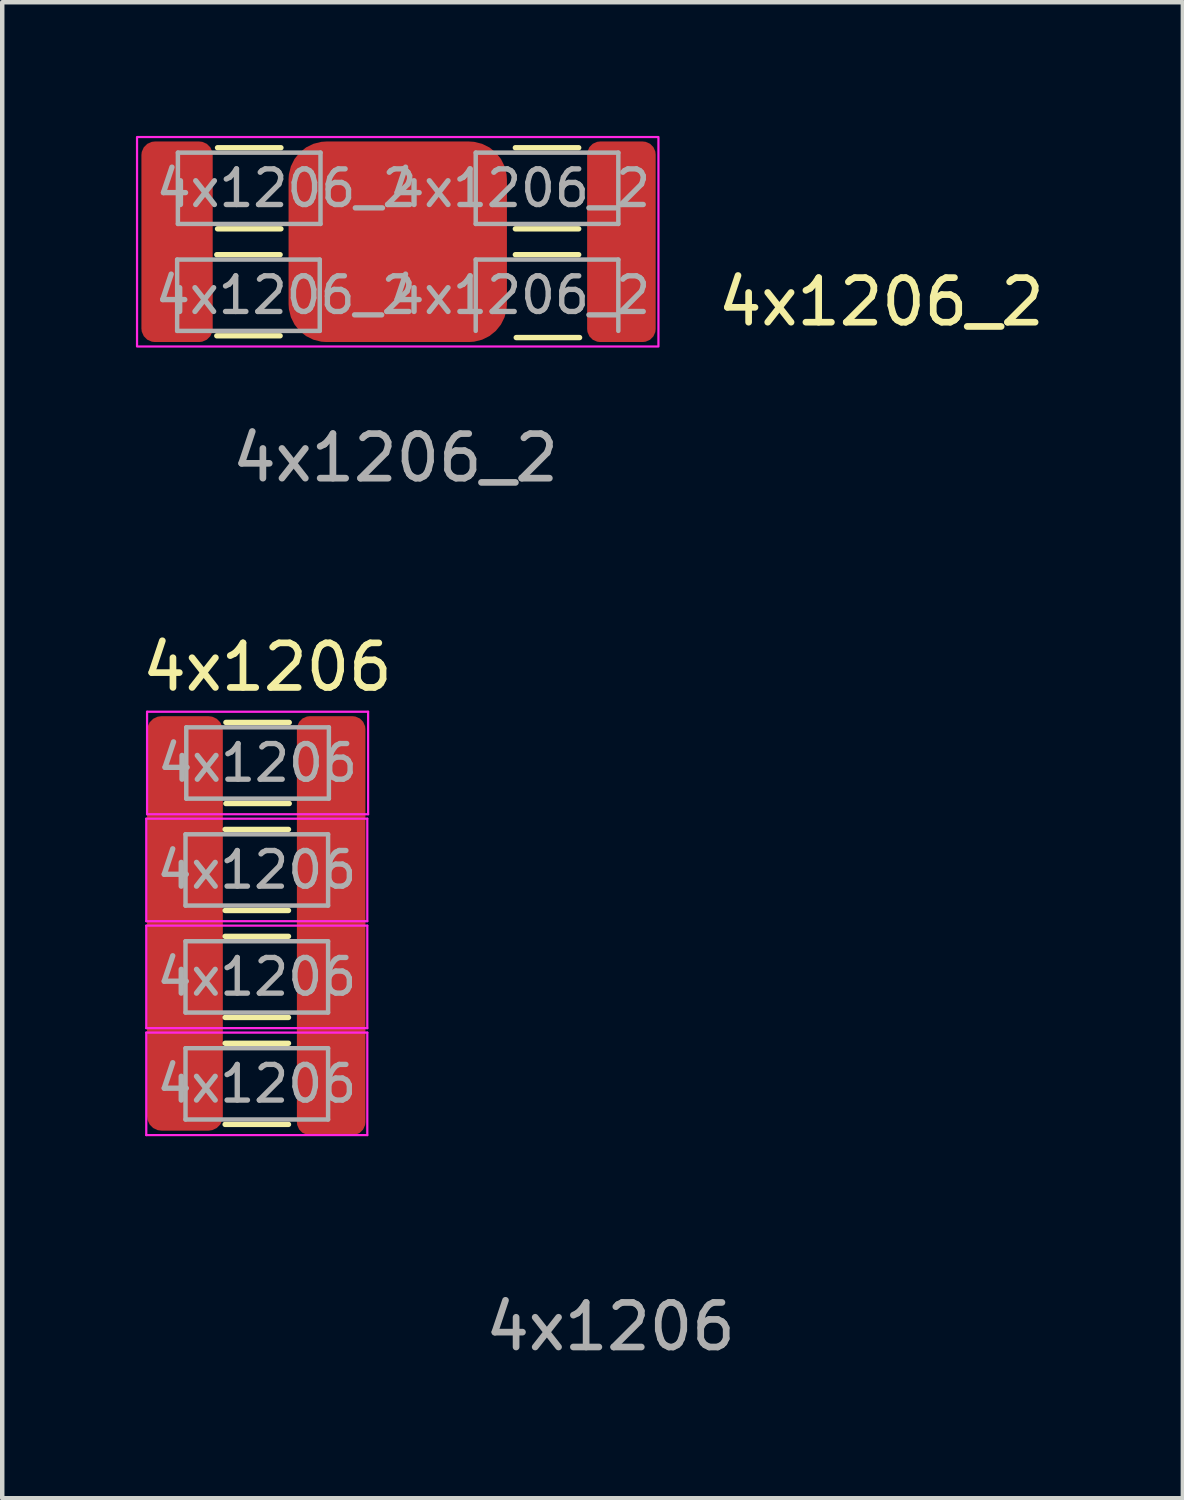
<source format=kicad_pcb>
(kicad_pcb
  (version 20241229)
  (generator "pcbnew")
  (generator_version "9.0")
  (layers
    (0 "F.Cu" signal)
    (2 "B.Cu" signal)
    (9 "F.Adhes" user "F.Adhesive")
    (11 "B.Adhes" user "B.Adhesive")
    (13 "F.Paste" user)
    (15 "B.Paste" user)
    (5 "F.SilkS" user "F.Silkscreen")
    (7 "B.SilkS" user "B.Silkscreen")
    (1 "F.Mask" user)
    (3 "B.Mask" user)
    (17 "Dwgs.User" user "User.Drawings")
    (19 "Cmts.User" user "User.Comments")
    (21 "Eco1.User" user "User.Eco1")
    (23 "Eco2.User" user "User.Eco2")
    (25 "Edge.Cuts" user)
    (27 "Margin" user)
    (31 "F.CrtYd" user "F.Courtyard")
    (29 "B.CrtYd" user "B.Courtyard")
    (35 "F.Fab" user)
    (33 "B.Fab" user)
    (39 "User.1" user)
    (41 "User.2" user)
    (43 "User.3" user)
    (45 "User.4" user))
  (footprint "4x1206_2"
    (layer "F.Cu")
    (at 5.825 4.725)
    (property "Reference" "4x1206_2" (at 10.9 -1 0) (unlocked yes) (layer "F.SilkS") (effects (font (size 1 1) (thickness 0.15))))
    (attr smd)
    (fp_line (start -2.589 -2.06) (end -4.011 -2.06) (stroke (width 0.12) (type solid)) (layer "F.SilkS"))
    (fp_line (start -2.589 -0.24) (end -4.011 -0.24) (stroke (width 0.12) (type solid)) (layer "F.SilkS"))
    (fp_line (start -2.571 -4.46) (end -3.994 -4.46) (stroke (width 0.12) (type solid)) (layer "F.SilkS"))
    (fp_line (start -2.571 -2.64) (end -3.994 -2.64) (stroke (width 0.12) (type solid)) (layer "F.SilkS"))
    (fp_line (start 2.689 -4.46) (end 4.111 -4.46) (stroke (width 0.12) (type solid)) (layer "F.SilkS"))
    (fp_line (start 2.689 -2.64) (end 4.111 -2.64) (stroke (width 0.12) (type solid)) (layer "F.SilkS"))
    (fp_line (start 2.689 -2.06) (end 4.111 -2.06) (stroke (width 0.12) (type solid)) (layer "F.SilkS"))
    (fp_line (start 4.131 -0.2) (end 2.709 -0.2) (stroke (width 0.12) (type solid)) (layer "F.SilkS"))
    (fp_rect (start -5.8 -4.7) (end 5.9 0) (stroke (width 0.05) (type default)) (fill no) (layer "F.CrtYd"))
    (fp_line (start -4.9 -1.95) (end -1.7 -1.95) (stroke (width 0.1) (type solid)) (layer "F.Fab"))
    (fp_line (start -4.9 -0.35) (end -4.9 -1.95) (stroke (width 0.1) (type solid)) (layer "F.Fab"))
    (fp_line (start -4.883 -4.35) (end -1.683 -4.35) (stroke (width 0.1) (type solid)) (layer "F.Fab"))
    (fp_line (start -4.883 -2.75) (end -4.883 -4.35) (stroke (width 0.1) (type solid)) (layer "F.Fab"))
    (fp_line (start -1.7 -1.95) (end -1.7 -0.35) (stroke (width 0.1) (type solid)) (layer "F.Fab"))
    (fp_line (start -1.7 -0.35) (end -4.9 -0.35) (stroke (width 0.1) (type solid)) (layer "F.Fab"))
    (fp_line (start -1.683 -4.35) (end -1.683 -2.75) (stroke (width 0.1) (type solid)) (layer "F.Fab"))
    (fp_line (start -1.683 -2.75) (end -4.883 -2.75) (stroke (width 0.1) (type solid)) (layer "F.Fab"))
    (fp_line (start 1.8 -4.35) (end 5 -4.35) (stroke (width 0.1) (type solid)) (layer "F.Fab"))
    (fp_line (start 1.8 -2.75) (end 1.8 -4.35) (stroke (width 0.1) (type solid)) (layer "F.Fab"))
    (fp_line (start 1.8 -1.95) (end 5 -1.95) (stroke (width 0.1) (type solid)) (layer "F.Fab"))
    (fp_line (start 1.8 -0.35) (end 1.8 -1.95) (stroke (width 0.1) (type solid)) (layer "F.Fab"))
    (fp_line (start 5 -4.35) (end 5 -2.75) (stroke (width 0.1) (type solid)) (layer "F.Fab"))
    (fp_line (start 5 -2.75) (end 1.8 -2.75) (stroke (width 0.1) (type solid)) (layer "F.Fab"))
    (fp_line (start 5 -1.95) (end 5 -0.35) (stroke (width 0.1) (type solid)) (layer "F.Fab"))
    (fp_text user "${REFERENCE}" (at -2.445 -3.55 180) (layer "F.Fab") (effects (font (size 0.8 0.8) (thickness 0.12))))
    (fp_text user "${REFERENCE}" (at 0 2.5 0) (unlocked yes) (layer "F.Fab") (effects (font (size 1 1) (thickness 0.15))))
    (fp_text user "${REFERENCE}" (at 2.797 -3.55 0) (layer "F.Fab") (effects (font (size 0.8 0.8) (thickness 0.12))))
    (fp_text user "${REFERENCE}" (at 2.797 -1.15 0) (layer "F.Fab") (effects (font (size 0.8 0.8) (thickness 0.12))))
    (fp_text user "${REFERENCE}" (at -2.462 -1.15 180) (layer "F.Fab") (effects (font (size 0.8 0.8) (thickness 0.12))))
    (pad "1" smd roundrect (at 0.05 -2.35 180) (size 4.9 4.5) (layers "F.Cu" "F.Mask" "F.Paste") (roundrect_rratio 0.189))
    (pad "2" smd roundrect (at -4.902 -2.35 180) (size 1.6 4.5) (layers "F.Cu" "F.Mask" "F.Paste") (roundrect_rratio 0.189))
    (pad "2" smd roundrect (at 5.069 -2.35) (size 1.538 4.5) (layers "F.Cu" "F.Mask" "F.Paste") (roundrect_rratio 0.189)))
  (footprint "4x1206"
    (layer "F.Cu")
    (at 0.25 22.521)
    (property "Reference" "4x1206" (at 2.7 -10.6 0) (unlocked yes) (layer "F.SilkS") (effects (font (size 1 1) (thickness 0.15))))
    (attr smd)
    (fp_line (start 1.751 -6.96) (end 3.174 -6.96) (stroke (width 0.12) (type solid)) (layer "F.SilkS"))
    (fp_line (start 1.751 -5.14) (end 3.174 -5.14) (stroke (width 0.12) (type solid)) (layer "F.SilkS"))
    (fp_line (start 1.751 -4.56) (end 3.174 -4.56) (stroke (width 0.12) (type solid)) (layer "F.SilkS"))
    (fp_line (start 1.751 -2.74) (end 3.174 -2.74) (stroke (width 0.12) (type solid)) (layer "F.SilkS"))
    (fp_line (start 1.751 -2.16) (end 3.174 -2.16) (stroke (width 0.12) (type solid)) (layer "F.SilkS"))
    (fp_line (start 1.751 -0.34) (end 3.174 -0.34) (stroke (width 0.12) (type solid)) (layer "F.SilkS"))
    (fp_line (start 1.769 -9.36) (end 3.191 -9.36) (stroke (width 0.12) (type solid)) (layer "F.SilkS"))
    (fp_line (start 1.769 -7.54) (end 3.191 -7.54) (stroke (width 0.12) (type solid)) (layer "F.SilkS"))
    (fp_line (start -0.018 -7.2) (end 4.942 -7.2) (stroke (width 0.05) (type solid)) (layer "F.CrtYd"))
    (fp_line (start -0.018 -4.9) (end -0.018 -7.2) (stroke (width 0.05) (type solid)) (layer "F.CrtYd"))
    (fp_line (start -0.018 -4.8) (end 4.942 -4.8) (stroke (width 0.05) (type solid)) (layer "F.CrtYd"))
    (fp_line (start -0.018 -2.5) (end -0.018 -4.8) (stroke (width 0.05) (type solid)) (layer "F.CrtYd"))
    (fp_line (start -0.018 -2.4) (end 4.942 -2.4) (stroke (width 0.05) (type solid)) (layer "F.CrtYd"))
    (fp_line (start -0.018 -0.1) (end -0.018 -2.4) (stroke (width 0.05) (type solid)) (layer "F.CrtYd"))
    (fp_line (start 0 -9.6) (end 4.96 -9.6) (stroke (width 0.05) (type solid)) (layer "F.CrtYd"))
    (fp_line (start 0 -7.3) (end 0 -9.6) (stroke (width 0.05) (type solid)) (layer "F.CrtYd"))
    (fp_line (start 4.942 -7.2) (end 4.942 -4.9) (stroke (width 0.05) (type solid)) (layer "F.CrtYd"))
    (fp_line (start 4.942 -4.9) (end -0.018 -4.9) (stroke (width 0.05) (type solid)) (layer "F.CrtYd"))
    (fp_line (start 4.942 -4.8) (end 4.942 -2.5) (stroke (width 0.05) (type solid)) (layer "F.CrtYd"))
    (fp_line (start 4.942 -2.5) (end -0.018 -2.5) (stroke (width 0.05) (type solid)) (layer "F.CrtYd"))
    (fp_line (start 4.942 -2.4) (end 4.942 -0.1) (stroke (width 0.05) (type solid)) (layer "F.CrtYd"))
    (fp_line (start 4.942 -0.1) (end -0.018 -0.1) (stroke (width 0.05) (type solid)) (layer "F.CrtYd"))
    (fp_line (start 4.96 -9.6) (end 4.96 -7.3) (stroke (width 0.05) (type solid)) (layer "F.CrtYd"))
    (fp_line (start 4.96 -7.3) (end 0 -7.3) (stroke (width 0.05) (type solid)) (layer "F.CrtYd"))
    (fp_line (start 0.863 -6.85) (end 4.062 -6.85) (stroke (width 0.1) (type solid)) (layer "F.Fab"))
    (fp_line (start 0.863 -5.25) (end 0.863 -6.85) (stroke (width 0.1) (type solid)) (layer "F.Fab"))
    (fp_line (start 0.863 -4.45) (end 4.062 -4.45) (stroke (width 0.1) (type solid)) (layer "F.Fab"))
    (fp_line (start 0.863 -2.85) (end 0.863 -4.45) (stroke (width 0.1) (type solid)) (layer "F.Fab"))
    (fp_line (start 0.863 -2.05) (end 4.062 -2.05) (stroke (width 0.1) (type solid)) (layer "F.Fab"))
    (fp_line (start 0.863 -0.45) (end 0.863 -2.05) (stroke (width 0.1) (type solid)) (layer "F.Fab"))
    (fp_line (start 0.88 -9.25) (end 4.08 -9.25) (stroke (width 0.1) (type solid)) (layer "F.Fab"))
    (fp_line (start 0.88 -7.65) (end 0.88 -9.25) (stroke (width 0.1) (type solid)) (layer "F.Fab"))
    (fp_line (start 4.062 -6.85) (end 4.062 -5.25) (stroke (width 0.1) (type solid)) (layer "F.Fab"))
    (fp_line (start 4.062 -5.25) (end 0.863 -5.25) (stroke (width 0.1) (type solid)) (layer "F.Fab"))
    (fp_line (start 4.062 -4.45) (end 4.062 -2.85) (stroke (width 0.1) (type solid)) (layer "F.Fab"))
    (fp_line (start 4.062 -2.85) (end 0.863 -2.85) (stroke (width 0.1) (type solid)) (layer "F.Fab"))
    (fp_line (start 4.062 -2.05) (end 4.062 -0.45) (stroke (width 0.1) (type solid)) (layer "F.Fab"))
    (fp_line (start 4.062 -0.45) (end 0.863 -0.45) (stroke (width 0.1) (type solid)) (layer "F.Fab"))
    (fp_line (start 4.08 -9.25) (end 4.08 -7.65) (stroke (width 0.1) (type solid)) (layer "F.Fab"))
    (fp_line (start 4.08 -7.65) (end 0.88 -7.65) (stroke (width 0.1) (type solid)) (layer "F.Fab"))
    (fp_text user "${REFERENCE}" (at 2.462 -6.05 0) (layer "F.Fab") (effects (font (size 0.8 0.8) (thickness 0.12))))
    (fp_text user "${REFERENCE}" (at 2.462 -1.25 0) (layer "F.Fab") (effects (font (size 0.8 0.8) (thickness 0.12))))
    (fp_text user "${REFERENCE}" (at 10.4 4.2 0) (unlocked yes) (layer "F.Fab") (effects (font (size 1 1) (thickness 0.15))))
    (fp_text user "${REFERENCE}" (at 2.48 -8.45 0) (layer "F.Fab") (effects (font (size 0.8 0.8) (thickness 0.12))))
    (fp_text user "${REFERENCE}" (at 2.462 -3.65 0) (layer "F.Fab") (effects (font (size 0.8 0.8) (thickness 0.12))))
    (pad "1" smd roundrect (at 0.85 -4.85) (size 1.7 9.3) (layers "F.Cu" "F.Mask" "F.Paste") (roundrect_rratio 0.189))
    (pad "2" smd roundrect (at 4.131 -4.8) (size 1.538 9.4) (layers "F.Cu" "F.Mask" "F.Paste") (roundrect_rratio 0.189)))
  (gr_rect
    (start -3 -3)
    (end 23.493 30.57)
    (stroke (width 0.1) (type default))
    (fill no)
    (layer "Edge.Cuts")))
</source>
